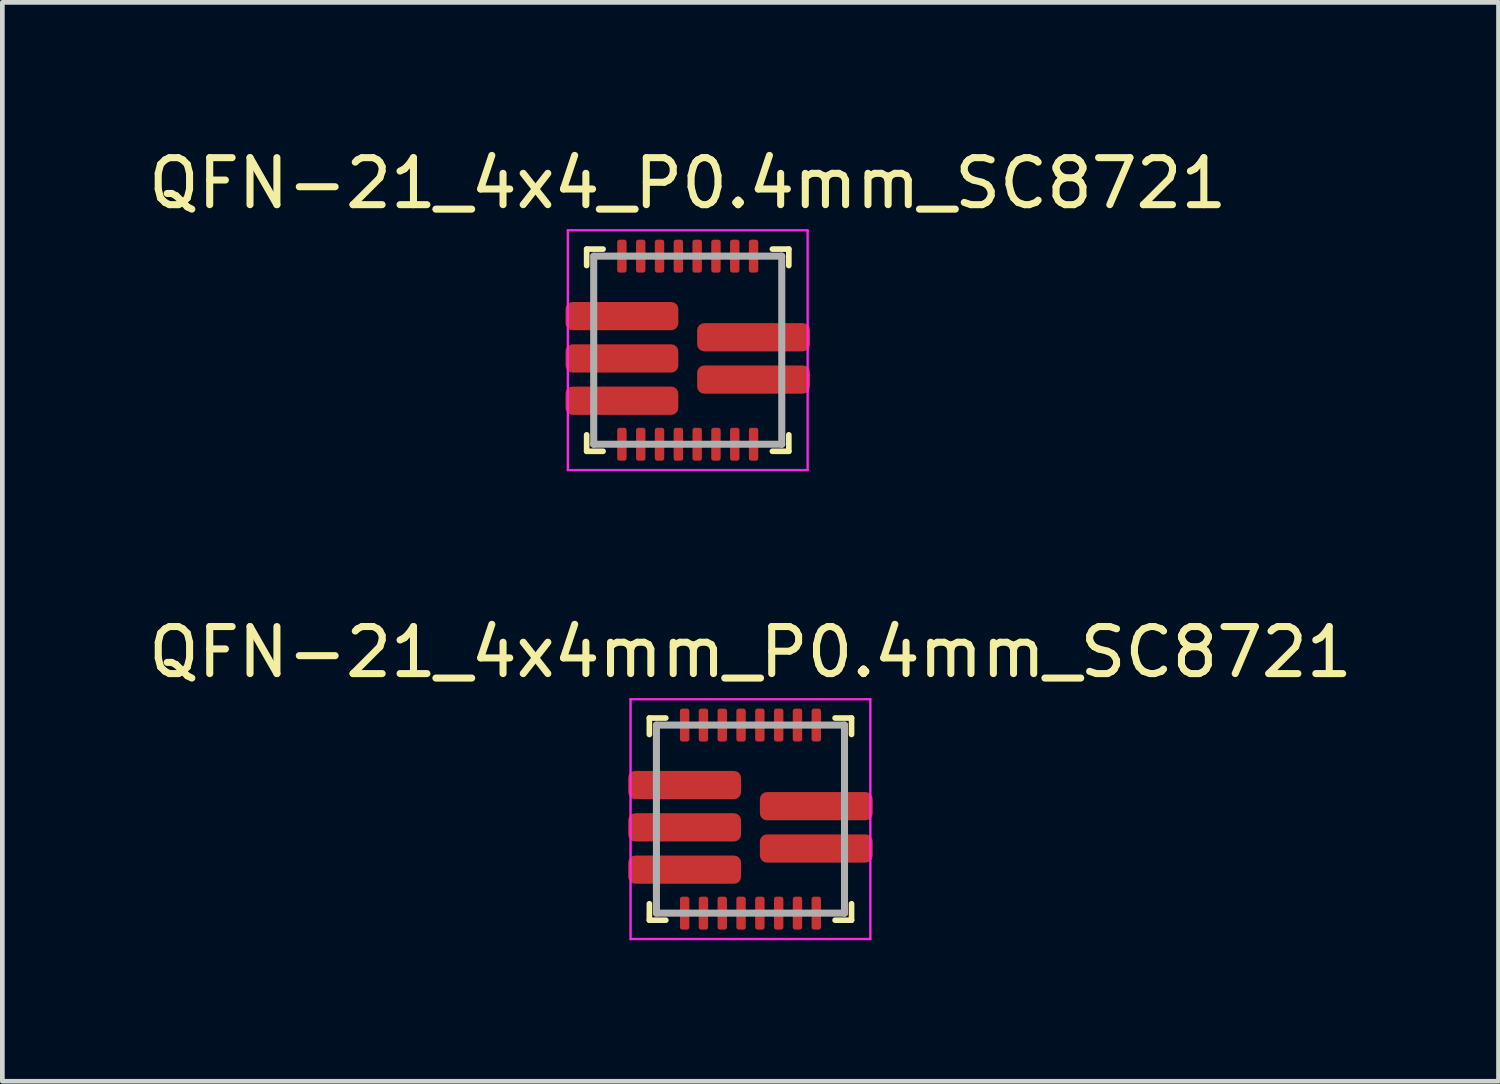
<source format=kicad_pcb>
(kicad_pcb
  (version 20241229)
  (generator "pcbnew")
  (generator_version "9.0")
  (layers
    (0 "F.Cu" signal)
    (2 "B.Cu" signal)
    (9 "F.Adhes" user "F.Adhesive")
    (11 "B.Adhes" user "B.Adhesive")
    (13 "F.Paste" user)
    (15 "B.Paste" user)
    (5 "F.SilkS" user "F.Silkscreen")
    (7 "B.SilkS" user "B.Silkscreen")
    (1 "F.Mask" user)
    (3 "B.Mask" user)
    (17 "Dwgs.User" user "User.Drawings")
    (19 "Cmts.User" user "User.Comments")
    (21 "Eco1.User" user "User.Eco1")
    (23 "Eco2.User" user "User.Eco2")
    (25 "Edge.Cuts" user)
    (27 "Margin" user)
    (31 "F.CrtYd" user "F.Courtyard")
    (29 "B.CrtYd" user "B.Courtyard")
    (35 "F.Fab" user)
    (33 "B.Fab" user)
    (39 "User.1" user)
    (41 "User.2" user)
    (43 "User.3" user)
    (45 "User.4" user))
  (footprint "QFN-21_4x4mm_P0.4mm_SC8721"
    (layer "F.Cu")
    (at 12.911 14.371)
    (property "Reference" "QFN-21_4x4mm_P0.4mm_SC8721" (at 0 -3.55 0) (layer "F.SilkS") (effects (font (size 1 1) (thickness 0.15))))
    (attr smd)
    (fp_line (start -2.15 -2.15) (end -2.15 -1.8) (stroke (width 0.12) (type solid)) (layer "F.SilkS"))
    (fp_line (start -2.15 2.15) (end -2.15 1.8) (stroke (width 0.12) (type solid)) (layer "F.SilkS"))
    (fp_line (start -1.8 -2.15) (end -2.15 -2.15) (stroke (width 0.12) (type solid)) (layer "F.SilkS"))
    (fp_line (start -1.8 2.15) (end -2.15 2.15) (stroke (width 0.12) (type solid)) (layer "F.SilkS"))
    (fp_line (start 1.8 -2.15) (end 2.15 -2.15) (stroke (width 0.12) (type solid)) (layer "F.SilkS"))
    (fp_line (start 1.8 2.15) (end 2.15 2.15) (stroke (width 0.12) (type solid)) (layer "F.SilkS"))
    (fp_line (start 2.15 -2.15) (end 2.15 -1.8) (stroke (width 0.12) (type solid)) (layer "F.SilkS"))
    (fp_line (start 2.15 2.15) (end 2.15 1.8) (stroke (width 0.12) (type solid)) (layer "F.SilkS"))
    (fp_line (start -2.55 -2.55) (end 2.55 -2.55) (stroke (width 0.05) (type solid)) (layer "F.CrtYd"))
    (fp_line (start -2.55 2.55) (end -2.55 -2.55) (stroke (width 0.05) (type solid)) (layer "F.CrtYd"))
    (fp_line (start 2.55 -2.55) (end 2.55 2.55) (stroke (width 0.05) (type solid)) (layer "F.CrtYd"))
    (fp_line (start 2.55 2.55) (end -2.55 2.55) (stroke (width 0.05) (type solid)) (layer "F.CrtYd"))
    (fp_line (start -2 -2) (end -2 2) (stroke (width 0.15) (type solid)) (layer "F.Fab"))
    (fp_line (start -2 2) (end 2 2) (stroke (width 0.15) (type solid)) (layer "F.Fab"))
    (fp_line (start 2 -2) (end -2 -2) (stroke (width 0.15) (type solid)) (layer "F.Fab"))
    (fp_line (start 2 2) (end 2 -2) (stroke (width 0.15) (type solid)) (layer "F.Fab"))
    (pad "1" smd roundrect (at -1.4 -0.725 90) (size 0.6 2.4) (layers "F.Cu" "F.Mask" "F.Paste") (roundrect_rratio 0.25))
    (pad "2" smd roundrect (at -1.4 0.175 90) (size 0.6 2.4) (layers "F.Cu" "F.Mask" "F.Paste") (roundrect_rratio 0.25))
    (pad "3" smd roundrect (at -1.4 1.075 90) (size 0.6 2.4) (layers "F.Cu" "F.Mask" "F.Paste") (roundrect_rratio 0.25))
    (pad "4" smd roundrect (at -1.4 2) (size 0.2 0.7) (layers "F.Cu" "F.Mask" "F.Paste") (roundrect_rratio 0.25))
    (pad "5" smd roundrect (at -1 2) (size 0.2 0.7) (layers "F.Cu" "F.Mask" "F.Paste") (roundrect_rratio 0.25))
    (pad "6" smd roundrect (at -0.6 2) (size 0.2 0.7) (layers "F.Cu" "F.Mask" "F.Paste") (roundrect_rratio 0.25))
    (pad "7" smd roundrect (at -0.2 2) (size 0.2 0.7) (layers "F.Cu" "F.Mask" "F.Paste") (roundrect_rratio 0.25))
    (pad "8" smd roundrect (at 0.2 2) (size 0.2 0.7) (layers "F.Cu" "F.Mask" "F.Paste") (roundrect_rratio 0.25))
    (pad "9" smd roundrect (at 0.6 2) (size 0.2 0.7) (layers "F.Cu" "F.Mask" "F.Paste") (roundrect_rratio 0.25))
    (pad "10" smd roundrect (at 1 2) (size 0.2 0.7) (layers "F.Cu" "F.Mask" "F.Paste") (roundrect_rratio 0.25))
    (pad "11" smd roundrect (at 1.4 2) (size 0.2 0.7) (layers "F.Cu" "F.Mask" "F.Paste") (roundrect_rratio 0.25))
    (pad "12" smd roundrect (at 1.4 0.625 90) (size 0.6 2.4) (layers "F.Cu" "F.Mask" "F.Paste") (roundrect_rratio 0.25))
    (pad "13" smd roundrect (at 1.4 -0.275 90) (size 0.6 2.4) (layers "F.Cu" "F.Mask" "F.Paste") (roundrect_rratio 0.25))
    (pad "14" smd roundrect (at 1.4 -2) (size 0.2 0.7) (layers "F.Cu" "F.Mask" "F.Paste") (roundrect_rratio 0.25))
    (pad "15" smd roundrect (at 1 -2) (size 0.2 0.7) (layers "F.Cu" "F.Mask" "F.Paste") (roundrect_rratio 0.25))
    (pad "16" smd roundrect (at 0.6 -2) (size 0.2 0.7) (layers "F.Cu" "F.Mask" "F.Paste") (roundrect_rratio 0.25))
    (pad "17" smd roundrect (at 0.2 -2) (size 0.2 0.7) (layers "F.Cu" "F.Mask" "F.Paste") (roundrect_rratio 0.25))
    (pad "18" smd roundrect (at -0.2 -2) (size 0.2 0.7) (layers "F.Cu" "F.Mask" "F.Paste") (roundrect_rratio 0.25))
    (pad "19" smd roundrect (at -0.6 -2) (size 0.2 0.7) (layers "F.Cu" "F.Mask" "F.Paste") (roundrect_rratio 0.25))
    (pad "20" smd roundrect (at -1 -2) (size 0.2 0.7) (layers "F.Cu" "F.Mask" "F.Paste") (roundrect_rratio 0.25))
    (pad "21" smd roundrect (at -1.4 -2) (size 0.2 0.7) (layers "F.Cu" "F.Mask" "F.Paste") (roundrect_rratio 0.25)))
  (footprint "QFN-21_4x4_P0.4mm_SC8721"
    (layer "F.Cu")
    (at 11.577 4.398)
    (property "Reference" "QFN-21_4x4_P0.4mm_SC8721" (at 0 -3.55 0) (layer "F.SilkS") (effects (font (size 1 1) (thickness 0.15))))
    (attr smd)
    (fp_line (start -2.15 -2.15) (end -2.15 -1.8) (stroke (width 0.12) (type solid)) (layer "F.SilkS"))
    (fp_line (start -2.15 2.15) (end -2.15 1.8) (stroke (width 0.12) (type solid)) (layer "F.SilkS"))
    (fp_line (start -1.8 -2.15) (end -2.15 -2.15) (stroke (width 0.12) (type solid)) (layer "F.SilkS"))
    (fp_line (start -1.8 2.15) (end -2.15 2.15) (stroke (width 0.12) (type solid)) (layer "F.SilkS"))
    (fp_line (start 1.8 -2.15) (end 2.15 -2.15) (stroke (width 0.12) (type solid)) (layer "F.SilkS"))
    (fp_line (start 1.8 2.15) (end 2.15 2.15) (stroke (width 0.12) (type solid)) (layer "F.SilkS"))
    (fp_line (start 2.15 -2.15) (end 2.15 -1.8) (stroke (width 0.12) (type solid)) (layer "F.SilkS"))
    (fp_line (start 2.15 2.15) (end 2.15 1.8) (stroke (width 0.12) (type solid)) (layer "F.SilkS"))
    (fp_line (start -2.55 -2.55) (end 2.55 -2.55) (stroke (width 0.05) (type solid)) (layer "F.CrtYd"))
    (fp_line (start -2.55 2.55) (end -2.55 -2.55) (stroke (width 0.05) (type solid)) (layer "F.CrtYd"))
    (fp_line (start 2.55 -2.55) (end 2.55 2.55) (stroke (width 0.05) (type solid)) (layer "F.CrtYd"))
    (fp_line (start 2.55 2.55) (end -2.55 2.55) (stroke (width 0.05) (type solid)) (layer "F.CrtYd"))
    (fp_line (start -2 -2) (end -2 2) (stroke (width 0.15) (type solid)) (layer "F.Fab"))
    (fp_line (start -2 2) (end 2 2) (stroke (width 0.15) (type solid)) (layer "F.Fab"))
    (fp_line (start 2 -2) (end -2 -2) (stroke (width 0.15) (type solid)) (layer "F.Fab"))
    (fp_line (start 2 2) (end 2 -2) (stroke (width 0.15) (type solid)) (layer "F.Fab"))
    (pad "1" smd roundrect (at -1.4 -0.725 90) (size 0.6 2.4) (layers "F.Cu" "F.Mask" "F.Paste") (roundrect_rratio 0.25))
    (pad "2" smd roundrect (at -1.4 0.175 90) (size 0.6 2.4) (layers "F.Cu" "F.Mask" "F.Paste") (roundrect_rratio 0.25))
    (pad "3" smd roundrect (at -1.4 1.075 90) (size 0.6 2.4) (layers "F.Cu" "F.Mask" "F.Paste") (roundrect_rratio 0.25))
    (pad "4" smd roundrect (at -1.4 2) (size 0.2 0.7) (layers "F.Cu" "F.Mask" "F.Paste") (roundrect_rratio 0.25))
    (pad "5" smd roundrect (at -1 2) (size 0.2 0.7) (layers "F.Cu" "F.Mask" "F.Paste") (roundrect_rratio 0.25))
    (pad "6" smd roundrect (at -0.6 2) (size 0.2 0.7) (layers "F.Cu" "F.Mask" "F.Paste") (roundrect_rratio 0.25))
    (pad "7" smd roundrect (at -0.2 2) (size 0.2 0.7) (layers "F.Cu" "F.Mask" "F.Paste") (roundrect_rratio 0.25))
    (pad "8" smd roundrect (at 0.2 2) (size 0.2 0.7) (layers "F.Cu" "F.Mask" "F.Paste") (roundrect_rratio 0.25))
    (pad "9" smd roundrect (at 0.6 2) (size 0.2 0.7) (layers "F.Cu" "F.Mask" "F.Paste") (roundrect_rratio 0.25))
    (pad "10" smd roundrect (at 1 2) (size 0.2 0.7) (layers "F.Cu" "F.Mask" "F.Paste") (roundrect_rratio 0.25))
    (pad "11" smd roundrect (at 1.4 2) (size 0.2 0.7) (layers "F.Cu" "F.Mask" "F.Paste") (roundrect_rratio 0.25))
    (pad "12" smd roundrect (at 1.4 0.625 90) (size 0.6 2.4) (layers "F.Cu" "F.Mask" "F.Paste") (roundrect_rratio 0.25))
    (pad "13" smd roundrect (at 1.4 -0.275 90) (size 0.6 2.4) (layers "F.Cu" "F.Mask" "F.Paste") (roundrect_rratio 0.25))
    (pad "14" smd roundrect (at 1.4 -2) (size 0.2 0.7) (layers "F.Cu" "F.Mask" "F.Paste") (roundrect_rratio 0.25))
    (pad "15" smd roundrect (at 1 -2) (size 0.2 0.7) (layers "F.Cu" "F.Mask" "F.Paste") (roundrect_rratio 0.25))
    (pad "16" smd roundrect (at 0.6 -2) (size 0.2 0.7) (layers "F.Cu" "F.Mask" "F.Paste") (roundrect_rratio 0.25))
    (pad "17" smd roundrect (at 0.2 -2) (size 0.2 0.7) (layers "F.Cu" "F.Mask" "F.Paste") (roundrect_rratio 0.25))
    (pad "18" smd roundrect (at -0.2 -2) (size 0.2 0.7) (layers "F.Cu" "F.Mask" "F.Paste") (roundrect_rratio 0.25))
    (pad "19" smd roundrect (at -0.6 -2) (size 0.2 0.7) (layers "F.Cu" "F.Mask" "F.Paste") (roundrect_rratio 0.25))
    (pad "20" smd roundrect (at -1 -2) (size 0.2 0.7) (layers "F.Cu" "F.Mask" "F.Paste") (roundrect_rratio 0.25))
    (pad "21" smd roundrect (at -1.4 -2) (size 0.2 0.7) (layers "F.Cu" "F.Mask" "F.Paste") (roundrect_rratio 0.25)))
  (gr_rect
    (start -3 -3)
    (end 28.821 19.947)
    (stroke (width 0.1) (type default))
    (fill no)
    (layer "Edge.Cuts")))
</source>
